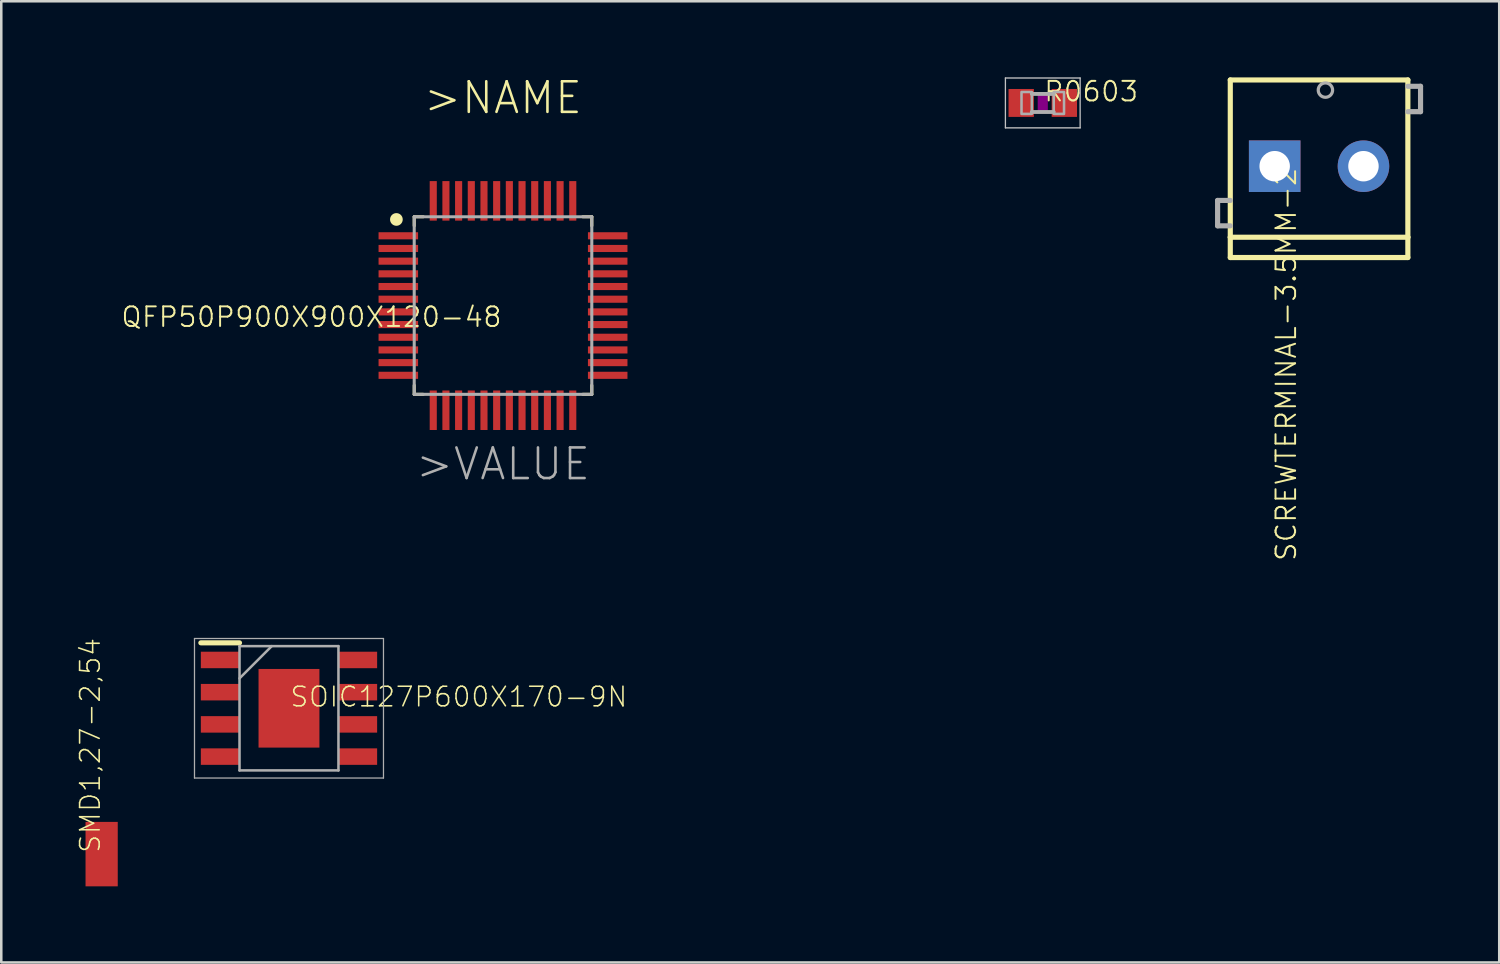
<source format=kicad_pcb>
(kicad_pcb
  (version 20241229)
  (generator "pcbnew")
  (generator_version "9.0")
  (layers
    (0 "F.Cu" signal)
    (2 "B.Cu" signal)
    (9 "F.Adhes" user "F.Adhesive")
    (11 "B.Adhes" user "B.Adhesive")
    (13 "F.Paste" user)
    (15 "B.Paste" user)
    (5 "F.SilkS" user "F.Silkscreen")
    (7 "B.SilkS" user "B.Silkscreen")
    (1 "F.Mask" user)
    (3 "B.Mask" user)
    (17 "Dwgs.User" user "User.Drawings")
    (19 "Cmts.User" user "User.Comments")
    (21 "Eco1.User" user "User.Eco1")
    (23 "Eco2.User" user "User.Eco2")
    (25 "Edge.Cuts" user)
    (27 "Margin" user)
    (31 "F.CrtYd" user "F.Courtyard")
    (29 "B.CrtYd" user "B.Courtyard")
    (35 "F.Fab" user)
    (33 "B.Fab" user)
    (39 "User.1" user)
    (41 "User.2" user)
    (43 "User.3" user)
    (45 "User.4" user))
  (footprint "SMD1,27-2,54"
    (layer "F.Cu")
    (at 0.957 30.62)
    (property "Reference" "SMD1,27-2,54" (at 0 0 270) (layer "F.SilkS") (effects (font (size 0.772 0.772) (thickness 0.062)) (justify left bottom)))
    (attr through_hole)
    (pad "1" smd rect (at 0 0) (size 1.27 2.54) (layers "F.Cu" "F.Mask" "F.Paste")))
  (footprint "R0603"
    (layer "F.Cu")
    (at 38.057 1.008)
    (property "Reference" "R0603" (at 0 0 180) (layer "F.SilkS") (effects (font (size 0.772 0.772) (thickness 0.077)) (justify left bottom)))
    (attr through_hole)
    (fp_poly (pts (xy -0.2 0.4) (xy 0.2 0.4) (xy 0.2 -0.4) (xy -0.2 -0.4)) (stroke (width 0) (type solid)) (fill yes) (layer "F.Adhes"))
    (fp_line (start -1.473 -0.983) (end 1.473 -0.983) (stroke (width 0.051) (type solid)) (layer "Dwgs.User"))
    (fp_line (start -1.473 0.983) (end -1.473 -0.983) (stroke (width 0.051) (type solid)) (layer "Dwgs.User"))
    (fp_line (start 1.473 -0.983) (end 1.473 0.983) (stroke (width 0.051) (type solid)) (layer "Dwgs.User"))
    (fp_line (start 1.473 0.983) (end -1.473 0.983) (stroke (width 0.051) (type solid)) (layer "Dwgs.User"))
    (fp_line (start -0.432 0.356) (end 0.432 0.356) (stroke (width 0.152) (type solid)) (layer "F.Fab"))
    (fp_line (start 0.432 -0.356) (end -0.432 -0.356) (stroke (width 0.152) (type solid)) (layer "F.Fab"))
    (fp_poly (pts (xy -0.838 0.432) (xy -0.432 0.432) (xy -0.432 -0.432) (xy -0.838 -0.432)) (stroke (width 0.1) (type solid)) (fill no) (layer "F.Fab"))
    (fp_poly (pts (xy 0.432 0.432) (xy 0.838 0.432) (xy 0.838 -0.432) (xy 0.432 -0.432)) (stroke (width 0.1) (type solid)) (fill no) (layer "F.Fab"))
    (pad "1" smd rect (at -0.85 0) (size 1 1.1) (layers "F.Cu" "F.Mask" "F.Paste"))
    (pad "2" smd rect (at 0.85 0) (size 1 1.1) (layers "F.Cu" "F.Mask" "F.Paste")))
  (footprint "SCREWTERMINAL-3.5MM-2"
    (layer "F.Cu")
    (at 47.199 3.502)
    (property "Reference" "SCREWTERMINAL-3.5MM-2" (at 0 0 90) (layer "F.SilkS") (effects (font (size 0.772 0.772) (thickness 0.077)) (justify right top)))
    (attr through_hole)
    (fp_line (start -1.75 -3.4) (end 5.25 -3.4) (stroke (width 0.203) (type solid)) (layer "F.SilkS"))
    (fp_line (start -1.75 2.8) (end -1.75 -3.4) (stroke (width 0.203) (type solid)) (layer "F.SilkS"))
    (fp_line (start -1.75 3.6) (end -1.75 2.8) (stroke (width 0.203) (type solid)) (layer "F.SilkS"))
    (fp_line (start 5.25 -3.4) (end 5.25 2.8) (stroke (width 0.203) (type solid)) (layer "F.SilkS"))
    (fp_line (start 5.25 2.8) (end -1.75 2.8) (stroke (width 0.203) (type solid)) (layer "F.SilkS"))
    (fp_line (start 5.25 2.8) (end 5.25 3.6) (stroke (width 0.203) (type solid)) (layer "F.SilkS"))
    (fp_line (start 5.25 3.6) (end -1.75 3.6) (stroke (width 0.203) (type solid)) (layer "F.SilkS"))
    (fp_line (start -2.25 1.35) (end -2.25 2.35) (stroke (width 0.203) (type solid)) (layer "F.Fab"))
    (fp_line (start -2.25 2.35) (end -1.75 2.35) (stroke (width 0.203) (type solid)) (layer "F.Fab"))
    (fp_line (start -1.75 1.35) (end -2.25 1.35) (stroke (width 0.203) (type solid)) (layer "F.Fab"))
    (fp_line (start 5.25 -3.15) (end 5.75 -3.15) (stroke (width 0.203) (type solid)) (layer "F.Fab"))
    (fp_line (start 5.75 -3.15) (end 5.75 -2.15) (stroke (width 0.203) (type solid)) (layer "F.Fab"))
    (fp_line (start 5.75 -2.15) (end 5.25 -2.15) (stroke (width 0.203) (type solid)) (layer "F.Fab"))
    (fp_circle (center 2 -3) (end 2.283 -3) (stroke (width 0.127) (type solid)) (fill no) (layer "F.Fab"))
    (pad "1" thru_hole rect (at 0 0) (size 2.032 2.032) (drill 1.2) (layers "*.Cu" "*.Mask"))
    (pad "2" thru_hole circle (at 3.5 0) (size 2.032 2.032) (drill 1.2) (layers "*.Cu" "*.Mask")))
  (footprint "QFP50P900X900X120-48"
    (layer "F.Cu")
    (at 16.779 8.995)
    (property "Reference" "QFP50P900X900X120-48" (at 0 0 180) (layer "F.SilkS") (effects (font (size 0.772 0.772) (thickness 0.077)) (justify right top)))
    (attr through_hole)
    (fp_line (start -3.5 -3.5) (end -3.144 -3.5) (stroke (width 0.12) (type solid)) (layer "F.SilkS"))
    (fp_line (start -3.5 -3.144) (end -3.5 -3.5) (stroke (width 0.12) (type solid)) (layer "F.SilkS"))
    (fp_line (start -3.5 3.144) (end -3.5 3.5) (stroke (width 0.12) (type solid)) (layer "F.SilkS"))
    (fp_line (start -3.5 3.5) (end -3.144 3.5) (stroke (width 0.12) (type solid)) (layer "F.SilkS"))
    (fp_line (start 3.5 -3.5) (end 3.144 -3.5) (stroke (width 0.12) (type solid)) (layer "F.SilkS"))
    (fp_line (start 3.5 -3.144) (end 3.5 -3.5) (stroke (width 0.12) (type solid)) (layer "F.SilkS"))
    (fp_line (start 3.5 3.144) (end 3.5 3.5) (stroke (width 0.12) (type solid)) (layer "F.SilkS"))
    (fp_line (start 3.5 3.5) (end 3.144 3.5) (stroke (width 0.12) (type solid)) (layer "F.SilkS"))
    (fp_circle (center -4.203 -3.394) (end -3.953 -3.394) (stroke (width 0) (type solid)) (fill yes) (layer "F.SilkS"))
    (fp_line (start -3.5 -3.5) (end 3.5 -3.5) (stroke (width 0.12) (type solid)) (layer "F.Fab"))
    (fp_line (start -3.5 3.5) (end -3.5 -3.5) (stroke (width 0.12) (type solid)) (layer "F.Fab"))
    (fp_line (start 3.5 -3.5) (end 3.5 3.5) (stroke (width 0.12) (type solid)) (layer "F.Fab"))
    (fp_line (start 3.5 3.5) (end -3.5 3.5) (stroke (width 0.12) (type solid)) (layer "F.Fab"))
    (fp_text user ">NAME\n							" (at 0 -5.541 0) (layer "F.SilkS") (effects (font (size 1.206 1.206) (thickness 0.102)) (justify bottom)))
    (fp_text user ">VALUE\n							" (at 0 5.541 0) (layer "F.Fab") (effects (font (size 1.206 1.206) (thickness 0.102)) (justify top)))
    (pad "1" smd rect (at -4.127 -2.75) (size 1.558 0.28) (layers "F.Cu" "F.Mask" "F.Paste"))
    (pad "2" smd rect (at -4.127 -2.25) (size 1.558 0.28) (layers "F.Cu" "F.Mask" "F.Paste"))
    (pad "3" smd rect (at -4.127 -1.75) (size 1.558 0.28) (layers "F.Cu" "F.Mask" "F.Paste"))
    (pad "4" smd rect (at -4.127 -1.25) (size 1.558 0.28) (layers "F.Cu" "F.Mask" "F.Paste"))
    (pad "5" smd rect (at -4.127 -0.75) (size 1.558 0.28) (layers "F.Cu" "F.Mask" "F.Paste"))
    (pad "6" smd rect (at -4.127 -0.25) (size 1.558 0.28) (layers "F.Cu" "F.Mask" "F.Paste"))
    (pad "7" smd rect (at -4.127 0.25) (size 1.558 0.28) (layers "F.Cu" "F.Mask" "F.Paste"))
    (pad "8" smd rect (at -4.127 0.75) (size 1.558 0.28) (layers "F.Cu" "F.Mask" "F.Paste"))
    (pad "9" smd rect (at -4.127 1.25) (size 1.558 0.28) (layers "F.Cu" "F.Mask" "F.Paste"))
    (pad "10" smd rect (at -4.127 1.75) (size 1.558 0.28) (layers "F.Cu" "F.Mask" "F.Paste"))
    (pad "11" smd rect (at -4.127 2.25) (size 1.558 0.28) (layers "F.Cu" "F.Mask" "F.Paste"))
    (pad "12" smd rect (at -4.127 2.75) (size 1.558 0.28) (layers "F.Cu" "F.Mask" "F.Paste"))
    (pad "13" smd rect (at -2.75 4.127 90) (size 1.558 0.28) (layers "F.Cu" "F.Mask" "F.Paste"))
    (pad "14" smd rect (at -2.25 4.127 90) (size 1.558 0.28) (layers "F.Cu" "F.Mask" "F.Paste"))
    (pad "15" smd rect (at -1.75 4.127 90) (size 1.558 0.28) (layers "F.Cu" "F.Mask" "F.Paste"))
    (pad "16" smd rect (at -1.25 4.127 90) (size 1.558 0.28) (layers "F.Cu" "F.Mask" "F.Paste"))
    (pad "17" smd rect (at -0.75 4.127 90) (size 1.558 0.28) (layers "F.Cu" "F.Mask" "F.Paste"))
    (pad "18" smd rect (at -0.25 4.127 90) (size 1.558 0.28) (layers "F.Cu" "F.Mask" "F.Paste"))
    (pad "19" smd rect (at 0.25 4.127 90) (size 1.558 0.28) (layers "F.Cu" "F.Mask" "F.Paste"))
    (pad "20" smd rect (at 0.75 4.127 90) (size 1.558 0.28) (layers "F.Cu" "F.Mask" "F.Paste"))
    (pad "21" smd rect (at 1.25 4.127 90) (size 1.558 0.28) (layers "F.Cu" "F.Mask" "F.Paste"))
    (pad "22" smd rect (at 1.75 4.127 90) (size 1.558 0.28) (layers "F.Cu" "F.Mask" "F.Paste"))
    (pad "23" smd rect (at 2.25 4.127 90) (size 1.558 0.28) (layers "F.Cu" "F.Mask" "F.Paste"))
    (pad "24" smd rect (at 2.75 4.127 90) (size 1.558 0.28) (layers "F.Cu" "F.Mask" "F.Paste"))
    (pad "25" smd rect (at 4.127 2.75) (size 1.558 0.28) (layers "F.Cu" "F.Mask" "F.Paste"))
    (pad "26" smd rect (at 4.127 2.25) (size 1.558 0.28) (layers "F.Cu" "F.Mask" "F.Paste"))
    (pad "27" smd rect (at 4.127 1.75) (size 1.558 0.28) (layers "F.Cu" "F.Mask" "F.Paste"))
    (pad "28" smd rect (at 4.127 1.25) (size 1.558 0.28) (layers "F.Cu" "F.Mask" "F.Paste"))
    (pad "29" smd rect (at 4.127 0.75) (size 1.558 0.28) (layers "F.Cu" "F.Mask" "F.Paste"))
    (pad "30" smd rect (at 4.127 0.25) (size 1.558 0.28) (layers "F.Cu" "F.Mask" "F.Paste"))
    (pad "31" smd rect (at 4.127 -0.25) (size 1.558 0.28) (layers "F.Cu" "F.Mask" "F.Paste"))
    (pad "32" smd rect (at 4.127 -0.75) (size 1.558 0.28) (layers "F.Cu" "F.Mask" "F.Paste"))
    (pad "33" smd rect (at 4.127 -1.25) (size 1.558 0.28) (layers "F.Cu" "F.Mask" "F.Paste"))
    (pad "34" smd rect (at 4.127 -1.75) (size 1.558 0.28) (layers "F.Cu" "F.Mask" "F.Paste"))
    (pad "35" smd rect (at 4.127 -2.25) (size 1.558 0.28) (layers "F.Cu" "F.Mask" "F.Paste"))
    (pad "36" smd rect (at 4.127 -2.75) (size 1.558 0.28) (layers "F.Cu" "F.Mask" "F.Paste"))
    (pad "37" smd rect (at 2.75 -4.127 90) (size 1.558 0.28) (layers "F.Cu" "F.Mask" "F.Paste"))
    (pad "38" smd rect (at 2.25 -4.127 90) (size 1.558 0.28) (layers "F.Cu" "F.Mask" "F.Paste"))
    (pad "39" smd rect (at 1.75 -4.127 90) (size 1.558 0.28) (layers "F.Cu" "F.Mask" "F.Paste"))
    (pad "40" smd rect (at 1.25 -4.127 90) (size 1.558 0.28) (layers "F.Cu" "F.Mask" "F.Paste"))
    (pad "41" smd rect (at 0.75 -4.127 90) (size 1.558 0.28) (layers "F.Cu" "F.Mask" "F.Paste"))
    (pad "42" smd rect (at 0.25 -4.127 90) (size 1.558 0.28) (layers "F.Cu" "F.Mask" "F.Paste"))
    (pad "43" smd rect (at -0.25 -4.127 90) (size 1.558 0.28) (layers "F.Cu" "F.Mask" "F.Paste"))
    (pad "44" smd rect (at -0.75 -4.127 90) (size 1.558 0.28) (layers "F.Cu" "F.Mask" "F.Paste"))
    (pad "45" smd rect (at -1.25 -4.127 90) (size 1.558 0.28) (layers "F.Cu" "F.Mask" "F.Paste"))
    (pad "46" smd rect (at -1.75 -4.127 90) (size 1.558 0.28) (layers "F.Cu" "F.Mask" "F.Paste"))
    (pad "47" smd rect (at -2.25 -4.127 90) (size 1.558 0.28) (layers "F.Cu" "F.Mask" "F.Paste"))
    (pad "48" smd rect (at -2.75 -4.127 90) (size 1.558 0.28) (layers "F.Cu" "F.Mask" "F.Paste")))
  (footprint "SOIC127P600X170-9N"
    (layer "F.Cu")
    (at 8.342 24.871)
    (property "Reference" "SOIC127P600X170-9N" (at 0 0 0) (layer "F.SilkS") (effects (font (size 0.772 0.772) (thickness 0.062)) (justify left bottom)))
    (attr through_hole)
    (fp_line (start -3.475 -2.58) (end -1.95 -2.58) (stroke (width 0.2) (type solid)) (layer "F.SilkS"))
    (fp_line (start -3.725 -2.75) (end 3.725 -2.75) (stroke (width 0.05) (type solid)) (layer "F.Fab"))
    (fp_line (start -3.725 2.75) (end -3.725 -2.75) (stroke (width 0.05) (type solid)) (layer "F.Fab"))
    (fp_line (start -1.95 -2.45) (end 1.95 -2.45) (stroke (width 0.1) (type solid)) (layer "F.Fab"))
    (fp_line (start -1.95 -1.18) (end -0.68 -2.45) (stroke (width 0.1) (type solid)) (layer "F.Fab"))
    (fp_line (start -1.95 2.45) (end -1.95 -2.45) (stroke (width 0.1) (type solid)) (layer "F.Fab"))
    (fp_line (start 1.95 -2.45) (end 1.95 2.45) (stroke (width 0.1) (type solid)) (layer "F.Fab"))
    (fp_line (start 1.95 2.45) (end -1.95 2.45) (stroke (width 0.1) (type solid)) (layer "F.Fab"))
    (fp_line (start 3.725 -2.75) (end 3.725 2.75) (stroke (width 0.05) (type solid)) (layer "F.Fab"))
    (fp_line (start 3.725 2.75) (end -3.725 2.75) (stroke (width 0.05) (type solid)) (layer "F.Fab"))
    (pad "1" smd rect (at -2.712 -1.905) (size 1.525 0.65) (layers "F.Cu" "F.Mask" "F.Paste"))
    (pad "2" smd rect (at -2.712 -0.635) (size 1.525 0.65) (layers "F.Cu" "F.Mask" "F.Paste"))
    (pad "3" smd rect (at -2.712 0.635) (size 1.525 0.65) (layers "F.Cu" "F.Mask" "F.Paste"))
    (pad "4" smd rect (at -2.712 1.905) (size 1.525 0.65) (layers "F.Cu" "F.Mask" "F.Paste"))
    (pad "5" smd rect (at 2.712 1.905) (size 1.525 0.65) (layers "F.Cu" "F.Mask" "F.Paste"))
    (pad "6" smd rect (at 2.712 0.635) (size 1.525 0.65) (layers "F.Cu" "F.Mask" "F.Paste"))
    (pad "7" smd rect (at 2.712 -0.635) (size 1.525 0.65) (layers "F.Cu" "F.Mask" "F.Paste"))
    (pad "8" smd rect (at 2.712 -1.905) (size 1.525 0.65) (layers "F.Cu" "F.Mask" "F.Paste"))
    (pad "9" smd rect (at 0 0 90) (size 3.1 2.4) (layers "F.Cu" "F.Mask" "F.Paste")))
  (gr_rect
    (start -3 -3)
    (end 56.051 34.89)
    (stroke (width 0.1) (type default))
    (fill no)
    (layer "Edge.Cuts")))
</source>
